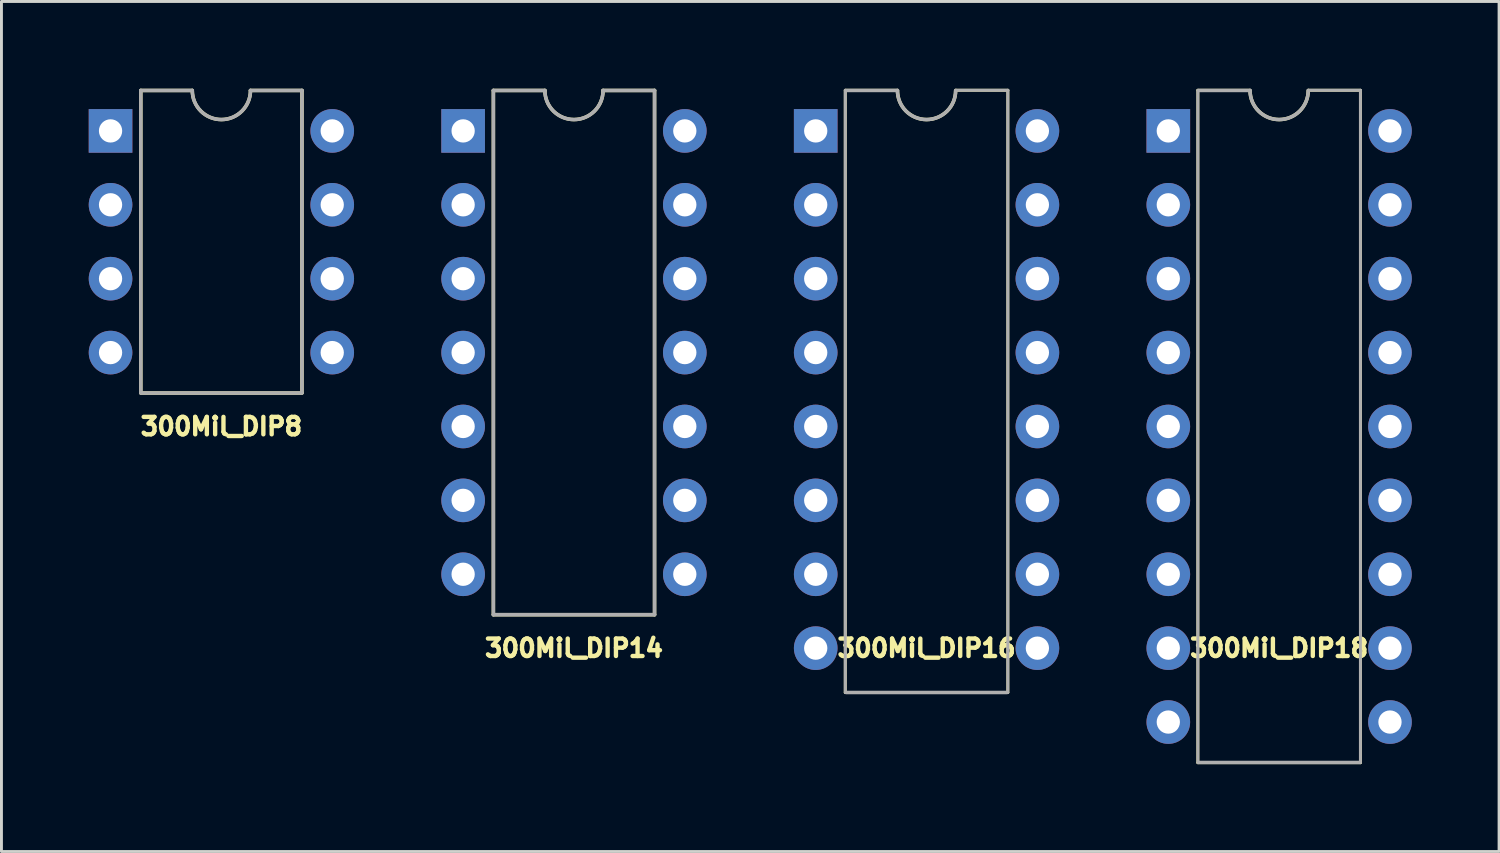
<source format=kicad_pcb>
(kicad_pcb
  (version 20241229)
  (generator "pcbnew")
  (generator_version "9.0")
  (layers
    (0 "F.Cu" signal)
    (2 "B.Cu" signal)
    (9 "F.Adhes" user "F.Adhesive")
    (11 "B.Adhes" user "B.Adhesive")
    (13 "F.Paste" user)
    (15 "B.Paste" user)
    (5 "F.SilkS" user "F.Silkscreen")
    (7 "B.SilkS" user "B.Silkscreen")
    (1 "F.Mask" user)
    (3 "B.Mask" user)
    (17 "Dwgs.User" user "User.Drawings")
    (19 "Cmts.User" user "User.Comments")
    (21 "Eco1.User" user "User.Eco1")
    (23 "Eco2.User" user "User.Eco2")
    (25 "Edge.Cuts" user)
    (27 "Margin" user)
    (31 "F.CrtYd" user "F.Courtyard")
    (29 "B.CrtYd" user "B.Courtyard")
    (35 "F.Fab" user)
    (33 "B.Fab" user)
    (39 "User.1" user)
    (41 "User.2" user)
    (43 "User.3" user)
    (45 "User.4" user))
  (footprint "300Mil_DIP8"
    (placed yes)
    (layer "F.Cu")
    (at 0.75 1.45)
    (property "Reference" "300Mil_DIP8" (at 3.81 10.16 0) (layer "F.SilkS") (effects (font (size 0.6 0.6) (thickness 0.15))))
    (attr through_hole)
    (fp_line (start 1.04 -1.39) (end 1.04 9) (stroke (width 0.12) (type solid)) (layer "F.SilkS"))
    (fp_line (start 1.04 9.01) (end 6.58 9.01) (stroke (width 0.12) (type solid)) (layer "F.SilkS"))
    (fp_line (start 2.81 -1.39) (end 1.04 -1.39) (stroke (width 0.12) (type solid)) (layer "F.SilkS"))
    (fp_line (start 6.58 -1.39) (end 4.81 -1.39) (stroke (width 0.12) (type solid)) (layer "F.SilkS"))
    (fp_line (start 6.58 9) (end 6.58 -1.39) (stroke (width 0.12) (type solid)) (layer "F.SilkS"))
    (fp_arc (start 4.81 -1.39) (mid 3.81 -0.39) (end 2.81 -1.39) (stroke (width 0.12) (type solid)) (layer "F.SilkS"))
    (fp_line (start 1.04 -1.39) (end 1.04 9) (stroke (width 0.12) (type solid)) (layer "F.Fab"))
    (fp_line (start 1.04 9.01) (end 6.58 9.01) (stroke (width 0.12) (type solid)) (layer "F.Fab"))
    (fp_line (start 2.81 -1.39) (end 1.04 -1.39) (stroke (width 0.12) (type solid)) (layer "F.Fab"))
    (fp_line (start 6.58 -1.39) (end 4.81 -1.39) (stroke (width 0.12) (type solid)) (layer "F.Fab"))
    (fp_line (start 6.58 9) (end 6.58 -1.39) (stroke (width 0.12) (type solid)) (layer "F.Fab"))
    (fp_arc (start 4.81 -1.39) (mid 3.81 -0.39) (end 2.81 -1.39) (stroke (width 0.12) (type solid)) (layer "F.Fab"))
    (pad "1" thru_hole rect (at 0 0) (size 1.5 1.5) (drill 0.8) (layers "*.Cu" "*.Mask"))
    (pad "2" thru_hole circle (at 0 2.54) (size 1.5 1.5) (drill 0.8) (layers "*.Cu" "*.Mask"))
    (pad "3" thru_hole circle (at 0 5.08) (size 1.5 1.5) (drill 0.8) (layers "*.Cu" "*.Mask"))
    (pad "4" thru_hole circle (at 0 7.62) (size 1.5 1.5) (drill 0.8) (layers "*.Cu" "*.Mask"))
    (pad "5" thru_hole circle (at 7.62 7.62) (size 1.5 1.5) (drill 0.8) (layers "*.Cu" "*.Mask"))
    (pad "6" thru_hole circle (at 7.62 5.08) (size 1.5 1.5) (drill 0.8) (layers "*.Cu" "*.Mask"))
    (pad "7" thru_hole circle (at 7.62 2.54) (size 1.5 1.5) (drill 0.8) (layers "*.Cu" "*.Mask"))
    (pad "8" thru_hole circle (at 7.62 0) (size 1.5 1.5) (drill 0.8) (layers "*.Cu" "*.Mask")))
  (footprint "300Mil_DIP14"
    (placed yes)
    (layer "F.Cu")
    (at 12.87 1.45)
    (property "Reference" "300Mil_DIP14" (at 3.81 17.78 0) (layer "F.SilkS") (effects (font (size 0.6 0.6) (thickness 0.15))))
    (attr through_hole)
    (fp_line (start 1.04 -1.39) (end 1.04 16.63) (stroke (width 0.12) (type solid)) (layer "F.SilkS"))
    (fp_line (start 1.04 16.63) (end 6.58 16.63) (stroke (width 0.12) (type solid)) (layer "F.SilkS"))
    (fp_line (start 2.81 -1.39) (end 1.04 -1.39) (stroke (width 0.12) (type solid)) (layer "F.SilkS"))
    (fp_line (start 6.58 -1.39) (end 4.81 -1.39) (stroke (width 0.12) (type solid)) (layer "F.SilkS"))
    (fp_line (start 6.58 16.63) (end 6.58 -1.39) (stroke (width 0.12) (type solid)) (layer "F.SilkS"))
    (fp_arc (start 4.81 -1.39) (mid 3.81 -0.39) (end 2.81 -1.39) (stroke (width 0.12) (type solid)) (layer "F.SilkS"))
    (fp_line (start 1.04 -1.39) (end 1.04 16.63) (stroke (width 0.12) (type solid)) (layer "F.Fab"))
    (fp_line (start 1.04 16.63) (end 6.58 16.63) (stroke (width 0.12) (type solid)) (layer "F.Fab"))
    (fp_line (start 2.81 -1.39) (end 1.04 -1.39) (stroke (width 0.12) (type solid)) (layer "F.Fab"))
    (fp_line (start 6.58 -1.39) (end 4.81 -1.39) (stroke (width 0.12) (type solid)) (layer "F.Fab"))
    (fp_line (start 6.58 16.63) (end 6.58 -1.39) (stroke (width 0.12) (type solid)) (layer "F.Fab"))
    (fp_arc (start 4.81 -1.39) (mid 3.81 -0.39) (end 2.81 -1.39) (stroke (width 0.12) (type solid)) (layer "F.Fab"))
    (pad "1" thru_hole rect (at 0 0) (size 1.5 1.5) (drill 0.8) (layers "*.Cu" "*.Mask"))
    (pad "2" thru_hole circle (at 0 2.54) (size 1.5 1.5) (drill 0.8) (layers "*.Cu" "*.Mask"))
    (pad "3" thru_hole circle (at 0 5.08) (size 1.5 1.5) (drill 0.8) (layers "*.Cu" "*.Mask"))
    (pad "4" thru_hole circle (at 0 7.62) (size 1.5 1.5) (drill 0.8) (layers "*.Cu" "*.Mask"))
    (pad "5" thru_hole circle (at 0 10.16) (size 1.5 1.5) (drill 0.8) (layers "*.Cu" "*.Mask"))
    (pad "6" thru_hole circle (at 0 12.7) (size 1.5 1.5) (drill 0.8) (layers "*.Cu" "*.Mask"))
    (pad "7" thru_hole circle (at 0 15.24) (size 1.5 1.5) (drill 0.8) (layers "*.Cu" "*.Mask"))
    (pad "8" thru_hole circle (at 7.62 15.24) (size 1.5 1.5) (drill 0.8) (layers "*.Cu" "*.Mask"))
    (pad "9" thru_hole circle (at 7.62 12.7) (size 1.5 1.5) (drill 0.8) (layers "*.Cu" "*.Mask"))
    (pad "10" thru_hole circle (at 7.62 10.16) (size 1.5 1.5) (drill 0.8) (layers "*.Cu" "*.Mask"))
    (pad "11" thru_hole circle (at 7.62 7.62) (size 1.5 1.5) (drill 0.8) (layers "*.Cu" "*.Mask"))
    (pad "12" thru_hole circle (at 7.62 5.08) (size 1.5 1.5) (drill 0.8) (layers "*.Cu" "*.Mask"))
    (pad "13" thru_hole circle (at 7.62 2.54) (size 1.5 1.5) (drill 0.8) (layers "*.Cu" "*.Mask"))
    (pad "14" thru_hole circle (at 7.62 0) (size 1.5 1.5) (drill 0.8) (layers "*.Cu" "*.Mask")))
  (footprint "300Mil_DIP16"
    (placed yes)
    (layer "F.Cu")
    (at 24.99 3.99)
    (property "Reference" "300Mil_DIP16" (at 3.81 15.24 0) (layer "F.SilkS") (effects (font (size 0.6 0.6) (thickness 0.15))))
    (attr through_hole)
    (fp_line (start 1.016 -3.937) (end 1.016 16.764) (stroke (width 0.1) (type solid)) (layer "F.SilkS"))
    (fp_line (start 1.016 16.764) (end 6.604 16.764) (stroke (width 0.1) (type solid)) (layer "F.SilkS"))
    (fp_line (start 2.794 -3.937) (end 1.016 -3.937) (stroke (width 0.1) (type solid)) (layer "F.SilkS"))
    (fp_line (start 6.604 -3.937) (end 4.826 -3.937) (stroke (width 0.1) (type solid)) (layer "F.SilkS"))
    (fp_line (start 6.604 16.764) (end 6.604 -3.937) (stroke (width 0.1) (type solid)) (layer "F.SilkS"))
    (fp_arc (start 4.81 -3.93) (mid 3.81 -2.93) (end 2.81 -3.93) (stroke (width 0.12) (type solid)) (layer "F.SilkS"))
    (fp_line (start 1.016 -3.937) (end 1.016 16.764) (stroke (width 0.1) (type solid)) (layer "F.Fab"))
    (fp_line (start 1.04 16.764) (end 6.58 16.764) (stroke (width 0.12) (type solid)) (layer "F.Fab"))
    (fp_line (start 2.81 -3.93) (end 1.04 -3.93) (stroke (width 0.12) (type solid)) (layer "F.Fab"))
    (fp_line (start 6.604 -3.937) (end 4.826 -3.937) (stroke (width 0.1) (type solid)) (layer "F.Fab"))
    (fp_line (start 6.604 16.764) (end 6.604 -3.937) (stroke (width 0.1) (type solid)) (layer "F.Fab"))
    (fp_arc (start 4.81 -3.93) (mid 3.81 -2.93) (end 2.81 -3.93) (stroke (width 0.12) (type solid)) (layer "F.Fab"))
    (pad "1" thru_hole rect (at 0 -2.54) (size 1.5 1.5) (drill 0.8) (layers "*.Cu" "*.Mask"))
    (pad "2" thru_hole circle (at 0 0) (size 1.5 1.5) (drill 0.8) (layers "*.Cu" "*.Mask"))
    (pad "3" thru_hole circle (at 0 2.54) (size 1.5 1.5) (drill 0.8) (layers "*.Cu" "*.Mask"))
    (pad "4" thru_hole circle (at 0 5.08) (size 1.5 1.5) (drill 0.8) (layers "*.Cu" "*.Mask"))
    (pad "5" thru_hole circle (at 0 7.62) (size 1.5 1.5) (drill 0.8) (layers "*.Cu" "*.Mask"))
    (pad "6" thru_hole circle (at 0 10.16) (size 1.5 1.5) (drill 0.8) (layers "*.Cu" "*.Mask"))
    (pad "7" thru_hole circle (at 0 12.7) (size 1.5 1.5) (drill 0.8) (layers "*.Cu" "*.Mask"))
    (pad "8" thru_hole circle (at 0 15.24) (size 1.5 1.5) (drill 0.8) (layers "*.Cu" "*.Mask"))
    (pad "9" thru_hole circle (at 7.62 15.24) (size 1.5 1.5) (drill 0.8) (layers "*.Cu" "*.Mask"))
    (pad "10" thru_hole circle (at 7.62 12.7) (size 1.5 1.5) (drill 0.8) (layers "*.Cu" "*.Mask"))
    (pad "11" thru_hole circle (at 7.62 10.16) (size 1.5 1.5) (drill 0.8) (layers "*.Cu" "*.Mask"))
    (pad "12" thru_hole circle (at 7.62 7.62) (size 1.5 1.5) (drill 0.8) (layers "*.Cu" "*.Mask"))
    (pad "13" thru_hole circle (at 7.62 5.08) (size 1.5 1.5) (drill 0.8) (layers "*.Cu" "*.Mask"))
    (pad "14" thru_hole circle (at 7.62 2.54) (size 1.5 1.5) (drill 0.8) (layers "*.Cu" "*.Mask"))
    (pad "15" thru_hole circle (at 7.62 0) (size 1.5 1.5) (drill 0.8) (layers "*.Cu" "*.Mask"))
    (pad "16" thru_hole circle (at 7.62 -2.54) (size 1.5 1.5) (drill 0.8) (layers "*.Cu" "*.Mask")))
  (footprint "300Mil_DIP18"
    (placed yes)
    (layer "F.Cu")
    (at 37.11 3.99)
    (property "Reference" "300Mil_DIP18" (at 3.81 15.24 0) (layer "F.SilkS") (effects (font (size 0.6 0.6) (thickness 0.15))))
    (attr through_hole)
    (fp_line (start 1.016 -3.937) (end 1.016 19.177) (stroke (width 0.1) (type solid)) (layer "F.SilkS"))
    (fp_line (start 1.016 19.177) (end 6.604 19.177) (stroke (width 0.1) (type solid)) (layer "F.SilkS"))
    (fp_line (start 2.794 -3.937) (end 1.016 -3.937) (stroke (width 0.1) (type solid)) (layer "F.SilkS"))
    (fp_line (start 6.604 -3.937) (end 4.826 -3.937) (stroke (width 0.1) (type solid)) (layer "F.SilkS"))
    (fp_line (start 6.604 19.177) (end 6.604 -3.937) (stroke (width 0.1) (type solid)) (layer "F.SilkS"))
    (fp_arc (start 4.81 -3.93) (mid 3.81 -2.93) (end 2.81 -3.93) (stroke (width 0.12) (type solid)) (layer "F.SilkS"))
    (fp_line (start 1.016 -3.937) (end 1.016 19.177) (stroke (width 0.1) (type solid)) (layer "F.Fab"))
    (fp_line (start 1.04 19.17) (end 6.58 19.17) (stroke (width 0.12) (type solid)) (layer "F.Fab"))
    (fp_line (start 2.81 -3.93) (end 1.04 -3.93) (stroke (width 0.12) (type solid)) (layer "F.Fab"))
    (fp_line (start 6.604 -3.937) (end 4.826 -3.937) (stroke (width 0.1) (type solid)) (layer "F.Fab"))
    (fp_line (start 6.604 19.177) (end 6.604 -3.937) (stroke (width 0.1) (type solid)) (layer "F.Fab"))
    (fp_arc (start 4.81 -3.93) (mid 3.81 -2.93) (end 2.81 -3.93) (stroke (width 0.12) (type solid)) (layer "F.Fab"))
    (pad "1" thru_hole rect (at 0 -2.54) (size 1.5 1.5) (drill 0.8) (layers "*.Cu" "*.Mask"))
    (pad "2" thru_hole circle (at 0 0) (size 1.5 1.5) (drill 0.8) (layers "*.Cu" "*.Mask"))
    (pad "3" thru_hole circle (at 0 2.54) (size 1.5 1.5) (drill 0.8) (layers "*.Cu" "*.Mask"))
    (pad "4" thru_hole circle (at 0 5.08) (size 1.5 1.5) (drill 0.8) (layers "*.Cu" "*.Mask"))
    (pad "5" thru_hole circle (at 0 7.62) (size 1.5 1.5) (drill 0.8) (layers "*.Cu" "*.Mask"))
    (pad "6" thru_hole circle (at 0 10.16) (size 1.5 1.5) (drill 0.8) (layers "*.Cu" "*.Mask"))
    (pad "7" thru_hole circle (at 0 12.7) (size 1.5 1.5) (drill 0.8) (layers "*.Cu" "*.Mask"))
    (pad "8" thru_hole circle (at 0 15.24) (size 1.5 1.5) (drill 0.8) (layers "*.Cu" "*.Mask"))
    (pad "9" thru_hole circle (at 0 17.78) (size 1.5 1.5) (drill 0.8) (layers "*.Cu" "*.Mask"))
    (pad "10" thru_hole circle (at 7.62 17.78) (size 1.5 1.5) (drill 0.8) (layers "*.Cu" "*.Mask"))
    (pad "11" thru_hole circle (at 7.62 15.24) (size 1.5 1.5) (drill 0.8) (layers "*.Cu" "*.Mask"))
    (pad "12" thru_hole circle (at 7.62 12.7) (size 1.5 1.5) (drill 0.8) (layers "*.Cu" "*.Mask"))
    (pad "13" thru_hole circle (at 7.62 10.16) (size 1.5 1.5) (drill 0.8) (layers "*.Cu" "*.Mask"))
    (pad "14" thru_hole circle (at 7.62 7.62) (size 1.5 1.5) (drill 0.8) (layers "*.Cu" "*.Mask"))
    (pad "15" thru_hole circle (at 7.62 5.08) (size 1.5 1.5) (drill 0.8) (layers "*.Cu" "*.Mask"))
    (pad "16" thru_hole circle (at 7.62 2.54) (size 1.5 1.5) (drill 0.8) (layers "*.Cu" "*.Mask"))
    (pad "17" thru_hole circle (at 7.62 0) (size 1.5 1.5) (drill 0.8) (layers "*.Cu" "*.Mask"))
    (pad "18" thru_hole circle (at 7.62 -2.54) (size 1.5 1.5) (drill 0.8) (layers "*.Cu" "*.Mask")))
  (gr_rect
    (start -3 -3)
    (end 48.48 26.22)
    (stroke (width 0.1) (type default))
    (fill no)
    (layer "Edge.Cuts")))
</source>
